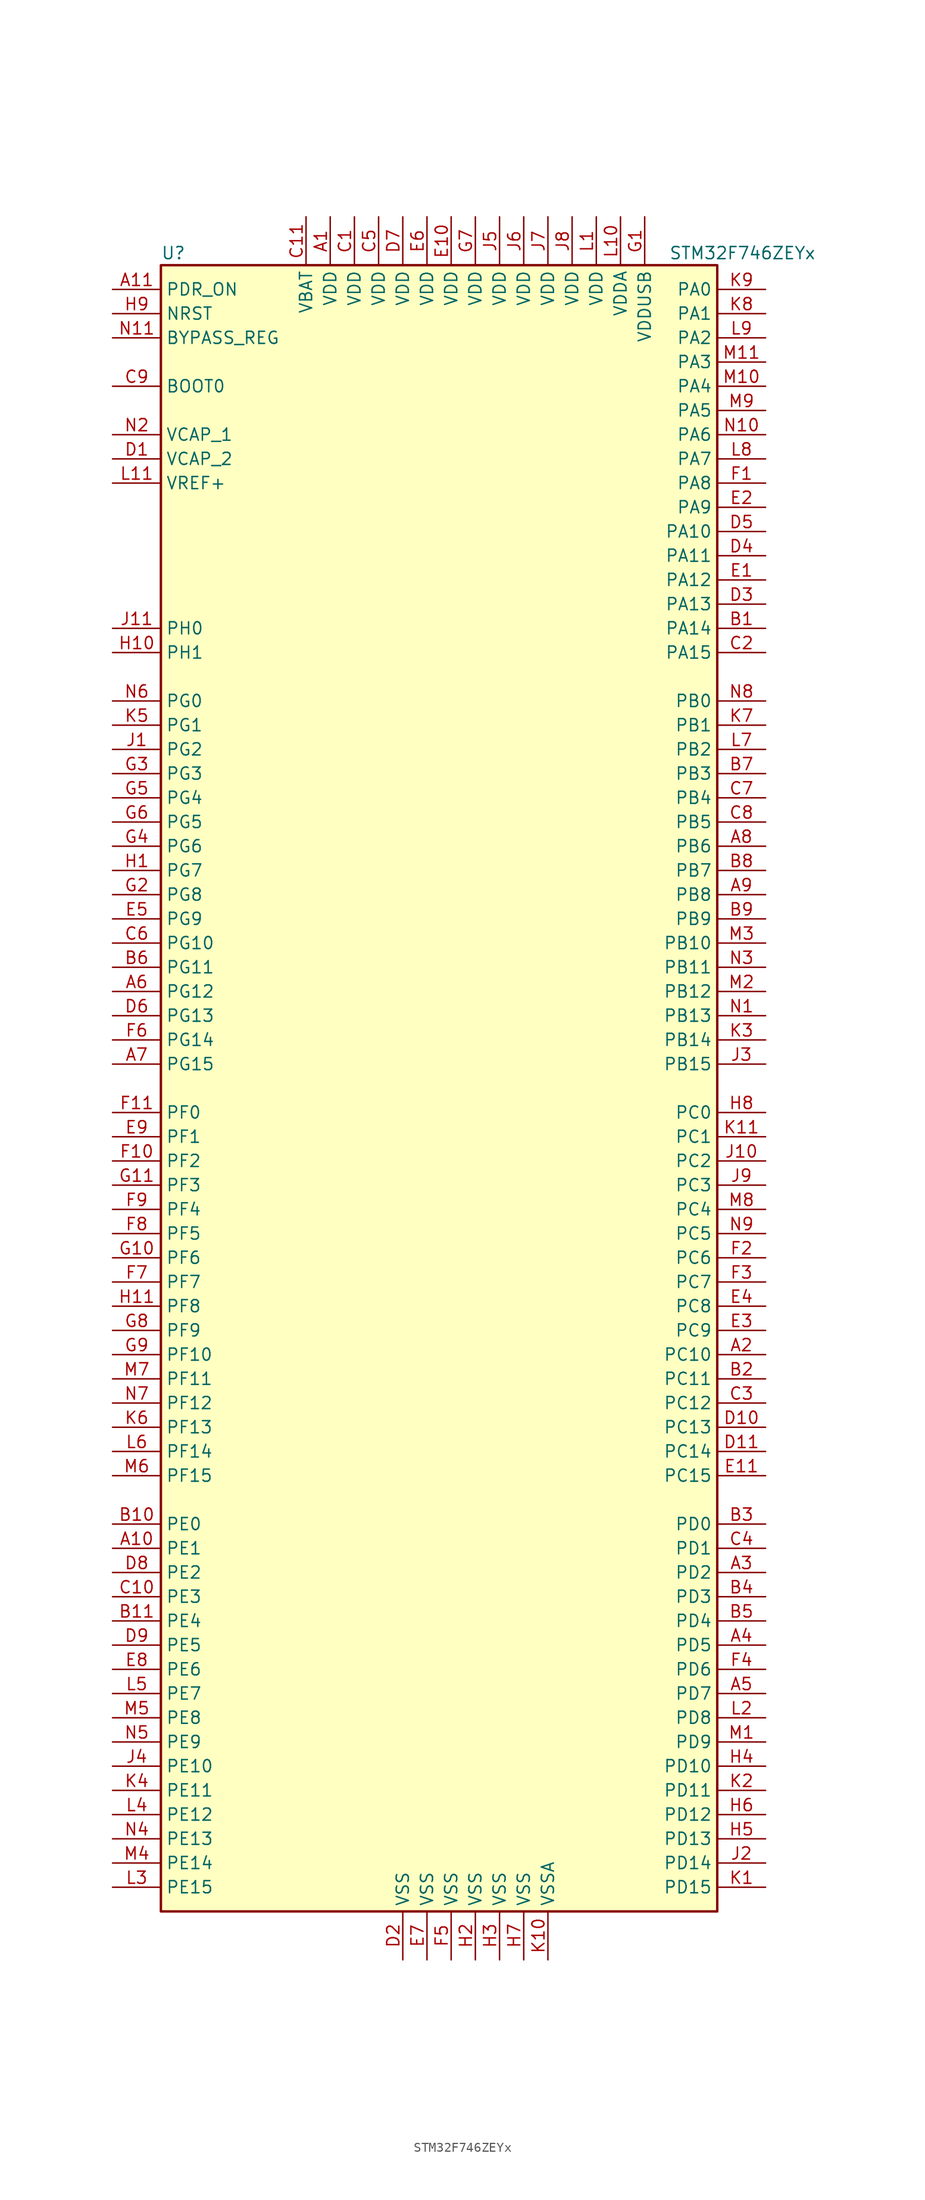
<source format=kicad_sym>
(kicad_symbol_lib
  (version 20201005)
  (generator kicad_symbol_editor)
  (symbol "MCU_ST_STM32F7:STM32F746ZEYx"
    (property "Reference" "U"
      (at -30.48 87.63 0)
      (effects (font (size 1.27 1.27)) (justify left)))
    (property "Value" "STM32F746ZEYx"
      (at 22.86 87.63 0)
      (effects (font (size 1.27 1.27)) (justify left)))
    (symbol "STM32F746ZEYx_0_1"
      (rectangle (start -30.48 -86.36) (end 27.94 86.36) (stroke (width 0.254)) (fill (type background))))
    (symbol "STM32F746ZEYx_1_1"
      (pin input line (at -35.56 73.66 0) (length 5.08) (name "BOOT0" (effects (font (size 1.27 1.27)))) (number "C9" (effects (font (size 1.27 1.27)))))
      (pin input line (at -35.56 78.74 0) (length 5.08) (name "BYPASS_REG" (effects (font (size 1.27 1.27)))) (number "N11" (effects (font (size 1.27 1.27)))))
      (pin input line (at -35.56 81.28 0) (length 5.08) (name "NRST" (effects (font (size 1.27 1.27)))) (number "H9" (effects (font (size 1.27 1.27)))))
      (pin bidirectional line (at 33.02 83.82 180) (length 5.08) (name "PA0" (effects (font (size 1.27 1.27)))) (number "K9" (effects (font (size 1.27 1.27)))))
      (pin bidirectional line (at 33.02 81.28 180) (length 5.08) (name "PA1" (effects (font (size 1.27 1.27)))) (number "K8" (effects (font (size 1.27 1.27)))))
      (pin bidirectional line (at 33.02 58.42 180) (length 5.08) (name "PA10" (effects (font (size 1.27 1.27)))) (number "D5" (effects (font (size 1.27 1.27)))))
      (pin bidirectional line (at 33.02 55.88 180) (length 5.08) (name "PA11" (effects (font (size 1.27 1.27)))) (number "D4" (effects (font (size 1.27 1.27)))))
      (pin bidirectional line (at 33.02 53.34 180) (length 5.08) (name "PA12" (effects (font (size 1.27 1.27)))) (number "E1" (effects (font (size 1.27 1.27)))))
      (pin bidirectional line (at 33.02 50.8 180) (length 5.08) (name "PA13" (effects (font (size 1.27 1.27)))) (number "D3" (effects (font (size 1.27 1.27)))))
      (pin bidirectional line (at 33.02 48.26 180) (length 5.08) (name "PA14" (effects (font (size 1.27 1.27)))) (number "B1" (effects (font (size 1.27 1.27)))))
      (pin bidirectional line (at 33.02 45.72 180) (length 5.08) (name "PA15" (effects (font (size 1.27 1.27)))) (number "C2" (effects (font (size 1.27 1.27)))))
      (pin bidirectional line (at 33.02 78.74 180) (length 5.08) (name "PA2" (effects (font (size 1.27 1.27)))) (number "L9" (effects (font (size 1.27 1.27)))))
      (pin bidirectional line (at 33.02 76.2 180) (length 5.08) (name "PA3" (effects (font (size 1.27 1.27)))) (number "M11" (effects (font (size 1.27 1.27)))))
      (pin bidirectional line (at 33.02 73.66 180) (length 5.08) (name "PA4" (effects (font (size 1.27 1.27)))) (number "M10" (effects (font (size 1.27 1.27)))))
      (pin bidirectional line (at 33.02 71.12 180) (length 5.08) (name "PA5" (effects (font (size 1.27 1.27)))) (number "M9" (effects (font (size 1.27 1.27)))))
      (pin bidirectional line (at 33.02 68.58 180) (length 5.08) (name "PA6" (effects (font (size 1.27 1.27)))) (number "N10" (effects (font (size 1.27 1.27)))))
      (pin bidirectional line (at 33.02 66.04 180) (length 5.08) (name "PA7" (effects (font (size 1.27 1.27)))) (number "L8" (effects (font (size 1.27 1.27)))))
      (pin bidirectional line (at 33.02 63.5 180) (length 5.08) (name "PA8" (effects (font (size 1.27 1.27)))) (number "F1" (effects (font (size 1.27 1.27)))))
      (pin bidirectional line (at 33.02 60.96 180) (length 5.08) (name "PA9" (effects (font (size 1.27 1.27)))) (number "E2" (effects (font (size 1.27 1.27)))))
      (pin bidirectional line (at 33.02 40.64 180) (length 5.08) (name "PB0" (effects (font (size 1.27 1.27)))) (number "N8" (effects (font (size 1.27 1.27)))))
      (pin bidirectional line (at 33.02 38.1 180) (length 5.08) (name "PB1" (effects (font (size 1.27 1.27)))) (number "K7" (effects (font (size 1.27 1.27)))))
      (pin bidirectional line (at 33.02 15.24 180) (length 5.08) (name "PB10" (effects (font (size 1.27 1.27)))) (number "M3" (effects (font (size 1.27 1.27)))))
      (pin bidirectional line (at 33.02 12.7 180) (length 5.08) (name "PB11" (effects (font (size 1.27 1.27)))) (number "N3" (effects (font (size 1.27 1.27)))))
      (pin bidirectional line (at 33.02 10.16 180) (length 5.08) (name "PB12" (effects (font (size 1.27 1.27)))) (number "M2" (effects (font (size 1.27 1.27)))))
      (pin bidirectional line (at 33.02 7.62 180) (length 5.08) (name "PB13" (effects (font (size 1.27 1.27)))) (number "N1" (effects (font (size 1.27 1.27)))))
      (pin bidirectional line (at 33.02 5.08 180) (length 5.08) (name "PB14" (effects (font (size 1.27 1.27)))) (number "K3" (effects (font (size 1.27 1.27)))))
      (pin bidirectional line (at 33.02 2.54 180) (length 5.08) (name "PB15" (effects (font (size 1.27 1.27)))) (number "J3" (effects (font (size 1.27 1.27)))))
      (pin bidirectional line (at 33.02 35.56 180) (length 5.08) (name "PB2" (effects (font (size 1.27 1.27)))) (number "L7" (effects (font (size 1.27 1.27)))))
      (pin bidirectional line (at 33.02 33.02 180) (length 5.08) (name "PB3" (effects (font (size 1.27 1.27)))) (number "B7" (effects (font (size 1.27 1.27)))))
      (pin bidirectional line (at 33.02 30.48 180) (length 5.08) (name "PB4" (effects (font (size 1.27 1.27)))) (number "C7" (effects (font (size 1.27 1.27)))))
      (pin bidirectional line (at 33.02 27.94 180) (length 5.08) (name "PB5" (effects (font (size 1.27 1.27)))) (number "C8" (effects (font (size 1.27 1.27)))))
      (pin bidirectional line (at 33.02 25.4 180) (length 5.08) (name "PB6" (effects (font (size 1.27 1.27)))) (number "A8" (effects (font (size 1.27 1.27)))))
      (pin bidirectional line (at 33.02 22.86 180) (length 5.08) (name "PB7" (effects (font (size 1.27 1.27)))) (number "B8" (effects (font (size 1.27 1.27)))))
      (pin bidirectional line (at 33.02 20.32 180) (length 5.08) (name "PB8" (effects (font (size 1.27 1.27)))) (number "A9" (effects (font (size 1.27 1.27)))))
      (pin bidirectional line (at 33.02 17.78 180) (length 5.08) (name "PB9" (effects (font (size 1.27 1.27)))) (number "B9" (effects (font (size 1.27 1.27)))))
      (pin bidirectional line (at 33.02 -2.54 180) (length 5.08) (name "PC0" (effects (font (size 1.27 1.27)))) (number "H8" (effects (font (size 1.27 1.27)))))
      (pin bidirectional line (at 33.02 -5.08 180) (length 5.08) (name "PC1" (effects (font (size 1.27 1.27)))) (number "K11" (effects (font (size 1.27 1.27)))))
      (pin bidirectional line (at 33.02 -27.94 180) (length 5.08) (name "PC10" (effects (font (size 1.27 1.27)))) (number "A2" (effects (font (size 1.27 1.27)))))
      (pin bidirectional line (at 33.02 -30.48 180) (length 5.08) (name "PC11" (effects (font (size 1.27 1.27)))) (number "B2" (effects (font (size 1.27 1.27)))))
      (pin bidirectional line (at 33.02 -33.02 180) (length 5.08) (name "PC12" (effects (font (size 1.27 1.27)))) (number "C3" (effects (font (size 1.27 1.27)))))
      (pin bidirectional line (at 33.02 -35.56 180) (length 5.08) (name "PC13" (effects (font (size 1.27 1.27)))) (number "D10" (effects (font (size 1.27 1.27)))))
      (pin bidirectional line (at 33.02 -38.1 180) (length 5.08) (name "PC14" (effects (font (size 1.27 1.27)))) (number "D11" (effects (font (size 1.27 1.27)))))
      (pin bidirectional line (at 33.02 -40.64 180) (length 5.08) (name "PC15" (effects (font (size 1.27 1.27)))) (number "E11" (effects (font (size 1.27 1.27)))))
      (pin bidirectional line (at 33.02 -7.62 180) (length 5.08) (name "PC2" (effects (font (size 1.27 1.27)))) (number "J10" (effects (font (size 1.27 1.27)))))
      (pin bidirectional line (at 33.02 -10.16 180) (length 5.08) (name "PC3" (effects (font (size 1.27 1.27)))) (number "J9" (effects (font (size 1.27 1.27)))))
      (pin bidirectional line (at 33.02 -12.7 180) (length 5.08) (name "PC4" (effects (font (size 1.27 1.27)))) (number "M8" (effects (font (size 1.27 1.27)))))
      (pin bidirectional line (at 33.02 -15.24 180) (length 5.08) (name "PC5" (effects (font (size 1.27 1.27)))) (number "N9" (effects (font (size 1.27 1.27)))))
      (pin bidirectional line (at 33.02 -17.78 180) (length 5.08) (name "PC6" (effects (font (size 1.27 1.27)))) (number "F2" (effects (font (size 1.27 1.27)))))
      (pin bidirectional line (at 33.02 -20.32 180) (length 5.08) (name "PC7" (effects (font (size 1.27 1.27)))) (number "F3" (effects (font (size 1.27 1.27)))))
      (pin bidirectional line (at 33.02 -22.86 180) (length 5.08) (name "PC8" (effects (font (size 1.27 1.27)))) (number "E4" (effects (font (size 1.27 1.27)))))
      (pin bidirectional line (at 33.02 -25.4 180) (length 5.08) (name "PC9" (effects (font (size 1.27 1.27)))) (number "E3" (effects (font (size 1.27 1.27)))))
      (pin bidirectional line (at 33.02 -45.72 180) (length 5.08) (name "PD0" (effects (font (size 1.27 1.27)))) (number "B3" (effects (font (size 1.27 1.27)))))
      (pin bidirectional line (at 33.02 -48.26 180) (length 5.08) (name "PD1" (effects (font (size 1.27 1.27)))) (number "C4" (effects (font (size 1.27 1.27)))))
      (pin bidirectional line (at 33.02 -71.12 180) (length 5.08) (name "PD10" (effects (font (size 1.27 1.27)))) (number "H4" (effects (font (size 1.27 1.27)))))
      (pin bidirectional line (at 33.02 -73.66 180) (length 5.08) (name "PD11" (effects (font (size 1.27 1.27)))) (number "K2" (effects (font (size 1.27 1.27)))))
      (pin bidirectional line (at 33.02 -76.2 180) (length 5.08) (name "PD12" (effects (font (size 1.27 1.27)))) (number "H6" (effects (font (size 1.27 1.27)))))
      (pin bidirectional line (at 33.02 -78.74 180) (length 5.08) (name "PD13" (effects (font (size 1.27 1.27)))) (number "H5" (effects (font (size 1.27 1.27)))))
      (pin bidirectional line (at 33.02 -81.28 180) (length 5.08) (name "PD14" (effects (font (size 1.27 1.27)))) (number "J2" (effects (font (size 1.27 1.27)))))
      (pin bidirectional line (at 33.02 -83.82 180) (length 5.08) (name "PD15" (effects (font (size 1.27 1.27)))) (number "K1" (effects (font (size 1.27 1.27)))))
      (pin bidirectional line (at 33.02 -50.8 180) (length 5.08) (name "PD2" (effects (font (size 1.27 1.27)))) (number "A3" (effects (font (size 1.27 1.27)))))
      (pin bidirectional line (at 33.02 -53.34 180) (length 5.08) (name "PD3" (effects (font (size 1.27 1.27)))) (number "B4" (effects (font (size 1.27 1.27)))))
      (pin bidirectional line (at 33.02 -55.88 180) (length 5.08) (name "PD4" (effects (font (size 1.27 1.27)))) (number "B5" (effects (font (size 1.27 1.27)))))
      (pin bidirectional line (at 33.02 -58.42 180) (length 5.08) (name "PD5" (effects (font (size 1.27 1.27)))) (number "A4" (effects (font (size 1.27 1.27)))))
      (pin bidirectional line (at 33.02 -60.96 180) (length 5.08) (name "PD6" (effects (font (size 1.27 1.27)))) (number "F4" (effects (font (size 1.27 1.27)))))
      (pin bidirectional line (at 33.02 -63.5 180) (length 5.08) (name "PD7" (effects (font (size 1.27 1.27)))) (number "A5" (effects (font (size 1.27 1.27)))))
      (pin bidirectional line (at 33.02 -66.04 180) (length 5.08) (name "PD8" (effects (font (size 1.27 1.27)))) (number "L2" (effects (font (size 1.27 1.27)))))
      (pin bidirectional line (at 33.02 -68.58 180) (length 5.08) (name "PD9" (effects (font (size 1.27 1.27)))) (number "M1" (effects (font (size 1.27 1.27)))))
      (pin input line (at -35.56 83.82 0) (length 5.08) (name "PDR_ON" (effects (font (size 1.27 1.27)))) (number "A11" (effects (font (size 1.27 1.27)))))
      (pin bidirectional line (at -35.56 -45.72 0) (length 5.08) (name "PE0" (effects (font (size 1.27 1.27)))) (number "B10" (effects (font (size 1.27 1.27)))))
      (pin bidirectional line (at -35.56 -48.26 0) (length 5.08) (name "PE1" (effects (font (size 1.27 1.27)))) (number "A10" (effects (font (size 1.27 1.27)))))
      (pin bidirectional line (at -35.56 -71.12 0) (length 5.08) (name "PE10" (effects (font (size 1.27 1.27)))) (number "J4" (effects (font (size 1.27 1.27)))))
      (pin bidirectional line (at -35.56 -73.66 0) (length 5.08) (name "PE11" (effects (font (size 1.27 1.27)))) (number "K4" (effects (font (size 1.27 1.27)))))
      (pin bidirectional line (at -35.56 -76.2 0) (length 5.08) (name "PE12" (effects (font (size 1.27 1.27)))) (number "L4" (effects (font (size 1.27 1.27)))))
      (pin bidirectional line (at -35.56 -78.74 0) (length 5.08) (name "PE13" (effects (font (size 1.27 1.27)))) (number "N4" (effects (font (size 1.27 1.27)))))
      (pin bidirectional line (at -35.56 -81.28 0) (length 5.08) (name "PE14" (effects (font (size 1.27 1.27)))) (number "M4" (effects (font (size 1.27 1.27)))))
      (pin bidirectional line (at -35.56 -83.82 0) (length 5.08) (name "PE15" (effects (font (size 1.27 1.27)))) (number "L3" (effects (font (size 1.27 1.27)))))
      (pin bidirectional line (at -35.56 -50.8 0) (length 5.08) (name "PE2" (effects (font (size 1.27 1.27)))) (number "D8" (effects (font (size 1.27 1.27)))))
      (pin bidirectional line (at -35.56 -53.34 0) (length 5.08) (name "PE3" (effects (font (size 1.27 1.27)))) (number "C10" (effects (font (size 1.27 1.27)))))
      (pin bidirectional line (at -35.56 -55.88 0) (length 5.08) (name "PE4" (effects (font (size 1.27 1.27)))) (number "B11" (effects (font (size 1.27 1.27)))))
      (pin bidirectional line (at -35.56 -58.42 0) (length 5.08) (name "PE5" (effects (font (size 1.27 1.27)))) (number "D9" (effects (font (size 1.27 1.27)))))
      (pin bidirectional line (at -35.56 -60.96 0) (length 5.08) (name "PE6" (effects (font (size 1.27 1.27)))) (number "E8" (effects (font (size 1.27 1.27)))))
      (pin bidirectional line (at -35.56 -63.5 0) (length 5.08) (name "PE7" (effects (font (size 1.27 1.27)))) (number "L5" (effects (font (size 1.27 1.27)))))
      (pin bidirectional line (at -35.56 -66.04 0) (length 5.08) (name "PE8" (effects (font (size 1.27 1.27)))) (number "M5" (effects (font (size 1.27 1.27)))))
      (pin bidirectional line (at -35.56 -68.58 0) (length 5.08) (name "PE9" (effects (font (size 1.27 1.27)))) (number "N5" (effects (font (size 1.27 1.27)))))
      (pin bidirectional line (at -35.56 -2.54 0) (length 5.08) (name "PF0" (effects (font (size 1.27 1.27)))) (number "F11" (effects (font (size 1.27 1.27)))))
      (pin bidirectional line (at -35.56 -5.08 0) (length 5.08) (name "PF1" (effects (font (size 1.27 1.27)))) (number "E9" (effects (font (size 1.27 1.27)))))
      (pin bidirectional line (at -35.56 -27.94 0) (length 5.08) (name "PF10" (effects (font (size 1.27 1.27)))) (number "G9" (effects (font (size 1.27 1.27)))))
      (pin bidirectional line (at -35.56 -30.48 0) (length 5.08) (name "PF11" (effects (font (size 1.27 1.27)))) (number "M7" (effects (font (size 1.27 1.27)))))
      (pin bidirectional line (at -35.56 -33.02 0) (length 5.08) (name "PF12" (effects (font (size 1.27 1.27)))) (number "N7" (effects (font (size 1.27 1.27)))))
      (pin bidirectional line (at -35.56 -35.56 0) (length 5.08) (name "PF13" (effects (font (size 1.27 1.27)))) (number "K6" (effects (font (size 1.27 1.27)))))
      (pin bidirectional line (at -35.56 -38.1 0) (length 5.08) (name "PF14" (effects (font (size 1.27 1.27)))) (number "L6" (effects (font (size 1.27 1.27)))))
      (pin bidirectional line (at -35.56 -40.64 0) (length 5.08) (name "PF15" (effects (font (size 1.27 1.27)))) (number "M6" (effects (font (size 1.27 1.27)))))
      (pin bidirectional line (at -35.56 -7.62 0) (length 5.08) (name "PF2" (effects (font (size 1.27 1.27)))) (number "F10" (effects (font (size 1.27 1.27)))))
      (pin bidirectional line (at -35.56 -10.16 0) (length 5.08) (name "PF3" (effects (font (size 1.27 1.27)))) (number "G11" (effects (font (size 1.27 1.27)))))
      (pin bidirectional line (at -35.56 -12.7 0) (length 5.08) (name "PF4" (effects (font (size 1.27 1.27)))) (number "F9" (effects (font (size 1.27 1.27)))))
      (pin bidirectional line (at -35.56 -15.24 0) (length 5.08) (name "PF5" (effects (font (size 1.27 1.27)))) (number "F8" (effects (font (size 1.27 1.27)))))
      (pin bidirectional line (at -35.56 -17.78 0) (length 5.08) (name "PF6" (effects (font (size 1.27 1.27)))) (number "G10" (effects (font (size 1.27 1.27)))))
      (pin bidirectional line (at -35.56 -20.32 0) (length 5.08) (name "PF7" (effects (font (size 1.27 1.27)))) (number "F7" (effects (font (size 1.27 1.27)))))
      (pin bidirectional line (at -35.56 -22.86 0) (length 5.08) (name "PF8" (effects (font (size 1.27 1.27)))) (number "H11" (effects (font (size 1.27 1.27)))))
      (pin bidirectional line (at -35.56 -25.4 0) (length 5.08) (name "PF9" (effects (font (size 1.27 1.27)))) (number "G8" (effects (font (size 1.27 1.27)))))
      (pin bidirectional line (at -35.56 40.64 0) (length 5.08) (name "PG0" (effects (font (size 1.27 1.27)))) (number "N6" (effects (font (size 1.27 1.27)))))
      (pin bidirectional line (at -35.56 38.1 0) (length 5.08) (name "PG1" (effects (font (size 1.27 1.27)))) (number "K5" (effects (font (size 1.27 1.27)))))
      (pin bidirectional line (at -35.56 15.24 0) (length 5.08) (name "PG10" (effects (font (size 1.27 1.27)))) (number "C6" (effects (font (size 1.27 1.27)))))
      (pin bidirectional line (at -35.56 12.7 0) (length 5.08) (name "PG11" (effects (font (size 1.27 1.27)))) (number "B6" (effects (font (size 1.27 1.27)))))
      (pin bidirectional line (at -35.56 10.16 0) (length 5.08) (name "PG12" (effects (font (size 1.27 1.27)))) (number "A6" (effects (font (size 1.27 1.27)))))
      (pin bidirectional line (at -35.56 7.62 0) (length 5.08) (name "PG13" (effects (font (size 1.27 1.27)))) (number "D6" (effects (font (size 1.27 1.27)))))
      (pin bidirectional line (at -35.56 5.08 0) (length 5.08) (name "PG14" (effects (font (size 1.27 1.27)))) (number "F6" (effects (font (size 1.27 1.27)))))
      (pin bidirectional line (at -35.56 2.54 0) (length 5.08) (name "PG15" (effects (font (size 1.27 1.27)))) (number "A7" (effects (font (size 1.27 1.27)))))
      (pin bidirectional line (at -35.56 35.56 0) (length 5.08) (name "PG2" (effects (font (size 1.27 1.27)))) (number "J1" (effects (font (size 1.27 1.27)))))
      (pin bidirectional line (at -35.56 33.02 0) (length 5.08) (name "PG3" (effects (font (size 1.27 1.27)))) (number "G3" (effects (font (size 1.27 1.27)))))
      (pin bidirectional line (at -35.56 30.48 0) (length 5.08) (name "PG4" (effects (font (size 1.27 1.27)))) (number "G5" (effects (font (size 1.27 1.27)))))
      (pin bidirectional line (at -35.56 27.94 0) (length 5.08) (name "PG5" (effects (font (size 1.27 1.27)))) (number "G6" (effects (font (size 1.27 1.27)))))
      (pin bidirectional line (at -35.56 25.4 0) (length 5.08) (name "PG6" (effects (font (size 1.27 1.27)))) (number "G4" (effects (font (size 1.27 1.27)))))
      (pin bidirectional line (at -35.56 22.86 0) (length 5.08) (name "PG7" (effects (font (size 1.27 1.27)))) (number "H1" (effects (font (size 1.27 1.27)))))
      (pin bidirectional line (at -35.56 20.32 0) (length 5.08) (name "PG8" (effects (font (size 1.27 1.27)))) (number "G2" (effects (font (size 1.27 1.27)))))
      (pin bidirectional line (at -35.56 17.78 0) (length 5.08) (name "PG9" (effects (font (size 1.27 1.27)))) (number "E5" (effects (font (size 1.27 1.27)))))
      (pin input line (at -35.56 48.26 0) (length 5.08) (name "PH0" (effects (font (size 1.27 1.27)))) (number "J11" (effects (font (size 1.27 1.27)))))
      (pin input line (at -35.56 45.72 0) (length 5.08) (name "PH1" (effects (font (size 1.27 1.27)))) (number "H10" (effects (font (size 1.27 1.27)))))
      (pin power_in line (at -15.24 91.44 270) (length 5.08) (name "VBAT" (effects (font (size 1.27 1.27)))) (number "C11" (effects (font (size 1.27 1.27)))))
      (pin power_in line (at -35.56 68.58 0) (length 5.08) (name "VCAP_1" (effects (font (size 1.27 1.27)))) (number "N2" (effects (font (size 1.27 1.27)))))
      (pin power_in line (at -35.56 66.04 0) (length 5.08) (name "VCAP_2" (effects (font (size 1.27 1.27)))) (number "D1" (effects (font (size 1.27 1.27)))))
      (pin power_in line (at -12.7 91.44 270) (length 5.08) (name "VDD" (effects (font (size 1.27 1.27)))) (number "A1" (effects (font (size 1.27 1.27)))))
      (pin power_in line (at -10.16 91.44 270) (length 5.08) (name "VDD" (effects (font (size 1.27 1.27)))) (number "C1" (effects (font (size 1.27 1.27)))))
      (pin power_in line (at -7.62 91.44 270) (length 5.08) (name "VDD" (effects (font (size 1.27 1.27)))) (number "C5" (effects (font (size 1.27 1.27)))))
      (pin power_in line (at -5.08 91.44 270) (length 5.08) (name "VDD" (effects (font (size 1.27 1.27)))) (number "D7" (effects (font (size 1.27 1.27)))))
      (pin power_in line (at 0 91.44 270) (length 5.08) (name "VDD" (effects (font (size 1.27 1.27)))) (number "E10" (effects (font (size 1.27 1.27)))))
      (pin power_in line (at -2.54 91.44 270) (length 5.08) (name "VDD" (effects (font (size 1.27 1.27)))) (number "E6" (effects (font (size 1.27 1.27)))))
      (pin power_in line (at 2.54 91.44 270) (length 5.08) (name "VDD" (effects (font (size 1.27 1.27)))) (number "G7" (effects (font (size 1.27 1.27)))))
      (pin power_in line (at 5.08 91.44 270) (length 5.08) (name "VDD" (effects (font (size 1.27 1.27)))) (number "J5" (effects (font (size 1.27 1.27)))))
      (pin power_in line (at 7.62 91.44 270) (length 5.08) (name "VDD" (effects (font (size 1.27 1.27)))) (number "J6" (effects (font (size 1.27 1.27)))))
      (pin power_in line (at 10.16 91.44 270) (length 5.08) (name "VDD" (effects (font (size 1.27 1.27)))) (number "J7" (effects (font (size 1.27 1.27)))))
      (pin power_in line (at 12.7 91.44 270) (length 5.08) (name "VDD" (effects (font (size 1.27 1.27)))) (number "J8" (effects (font (size 1.27 1.27)))))
      (pin power_in line (at 15.24 91.44 270) (length 5.08) (name "VDD" (effects (font (size 1.27 1.27)))) (number "L1" (effects (font (size 1.27 1.27)))))
      (pin power_in line (at 17.78 91.44 270) (length 5.08) (name "VDDA" (effects (font (size 1.27 1.27)))) (number "L10" (effects (font (size 1.27 1.27)))))
      (pin power_in line (at 20.32 91.44 270) (length 5.08) (name "VDDUSB" (effects (font (size 1.27 1.27)))) (number "G1" (effects (font (size 1.27 1.27)))))
      (pin power_in line (at -35.56 63.5 0) (length 5.08) (name "VREF+" (effects (font (size 1.27 1.27)))) (number "L11" (effects (font (size 1.27 1.27)))))
      (pin power_in line (at -5.08 -91.44 90) (length 5.08) (name "VSS" (effects (font (size 1.27 1.27)))) (number "D2" (effects (font (size 1.27 1.27)))))
      (pin power_in line (at -2.54 -91.44 90) (length 5.08) (name "VSS" (effects (font (size 1.27 1.27)))) (number "E7" (effects (font (size 1.27 1.27)))))
      (pin power_in line (at 0 -91.44 90) (length 5.08) (name "VSS" (effects (font (size 1.27 1.27)))) (number "F5" (effects (font (size 1.27 1.27)))))
      (pin power_in line (at 2.54 -91.44 90) (length 5.08) (name "VSS" (effects (font (size 1.27 1.27)))) (number "H2" (effects (font (size 1.27 1.27)))))
      (pin power_in line (at 5.08 -91.44 90) (length 5.08) (name "VSS" (effects (font (size 1.27 1.27)))) (number "H3" (effects (font (size 1.27 1.27)))))
      (pin power_in line (at 7.62 -91.44 90) (length 5.08) (name "VSS" (effects (font (size 1.27 1.27)))) (number "H7" (effects (font (size 1.27 1.27)))))
      (pin power_in line (at 10.16 -91.44 90) (length 5.08) (name "VSSA" (effects (font (size 1.27 1.27)))) (number "K10" (effects (font (size 1.27 1.27))))))))
</source>
